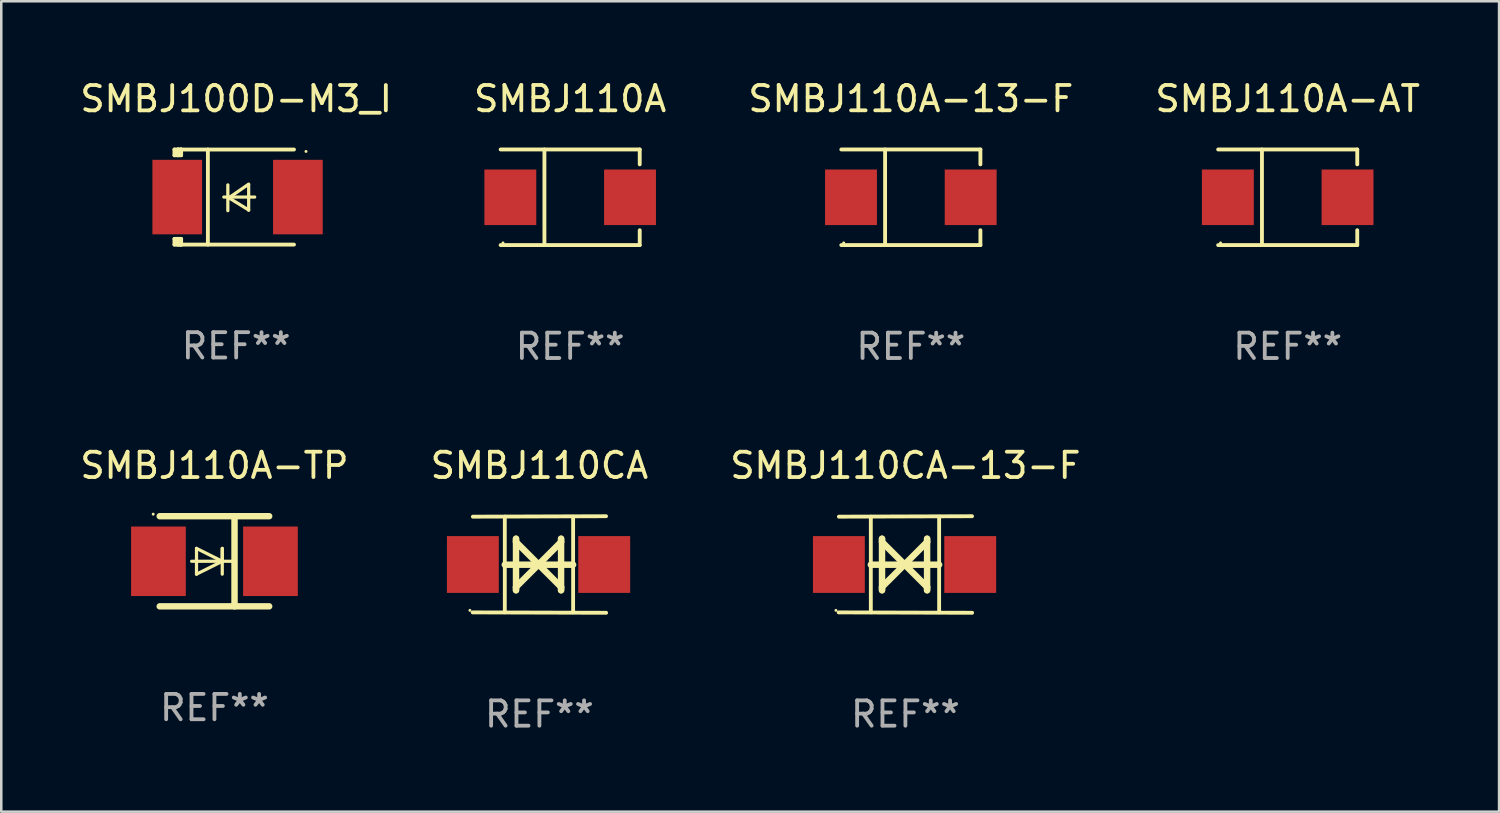
<source format=kicad_pcb>
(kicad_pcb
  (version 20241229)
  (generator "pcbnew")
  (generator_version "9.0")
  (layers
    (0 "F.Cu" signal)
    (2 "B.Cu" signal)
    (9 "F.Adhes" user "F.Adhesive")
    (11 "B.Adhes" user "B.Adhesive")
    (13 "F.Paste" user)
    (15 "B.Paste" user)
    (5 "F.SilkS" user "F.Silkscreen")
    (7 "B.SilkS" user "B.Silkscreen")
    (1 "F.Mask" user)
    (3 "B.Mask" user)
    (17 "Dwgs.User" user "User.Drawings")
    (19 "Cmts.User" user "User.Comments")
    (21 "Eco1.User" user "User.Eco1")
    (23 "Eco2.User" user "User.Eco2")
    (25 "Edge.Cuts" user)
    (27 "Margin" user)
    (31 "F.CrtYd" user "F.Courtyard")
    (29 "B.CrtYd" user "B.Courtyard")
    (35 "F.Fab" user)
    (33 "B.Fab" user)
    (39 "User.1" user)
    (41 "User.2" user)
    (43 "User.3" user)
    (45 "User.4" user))
  (footprint "SMBJ110A-TP"
    (layer "F.Cu")
    (at 5.411 19.095)
    (property "Reference" "SMBJ110A-TP" (at 0 -3.778 0) (layer "F.SilkS") (effects (font (size 1 1) (thickness 0.15))))
    (attr through_hole)
    (fp_line (start -2.159 -1.778) (end 2.159 -1.778) (stroke (width 0.254) (type solid)) (layer "F.SilkS"))
    (fp_line (start -0.9 0) (end 0.816 0) (stroke (width 0.127) (type solid)) (layer "F.SilkS"))
    (fp_line (start -0.708 -0.508) (end -0.708 0.508) (stroke (width 0.127) (type solid)) (layer "F.SilkS"))
    (fp_line (start -0.708 0.508) (end 0.308 0) (stroke (width 0.127) (type solid)) (layer "F.SilkS"))
    (fp_line (start 0.308 -0.508) (end 0.308 0.508) (stroke (width 0.127) (type solid)) (layer "F.SilkS"))
    (fp_line (start 0.308 0) (end -0.708 -0.508) (stroke (width 0.127) (type solid)) (layer "F.SilkS"))
    (fp_line (start 0.308 0) (end 0.308 -0.508) (stroke (width 0.127) (type solid)) (layer "F.SilkS"))
    (fp_line (start 0.792 -1.778) (end 0.792 1.778) (stroke (width 0.254) (type solid)) (layer "F.SilkS"))
    (fp_line (start 2.159 1.778) (end -2.159 1.778) (stroke (width 0.254) (type solid)) (layer "F.SilkS"))
    (fp_circle (center -2.417 -1.859) (end -2.387 -1.859) (stroke (width 0.06) (type solid)) (fill no) (layer "F.SilkS"))
    (fp_text user "REF**" (at 0 5.778 0) (layer "F.Fab") (effects (font (size 1 1) (thickness 0.15))))
    (pad "1" smd rect (at -2.21 0) (size 2.159 2.743) (layers "F.Cu" "F.Mask" "F.Paste"))
    (pad "2" smd rect (at 2.21 0) (size 2.159 2.743) (layers "F.Cu" "F.Mask" "F.Paste")))
  (footprint "SMBJ110A"
    (layer "F.Cu")
    (at 19.446 4.734)
    (property "Reference" "SMBJ110A" (at 0 -3.886 0) (layer "F.SilkS") (effects (font (size 1 1) (thickness 0.15))))
    (attr through_hole)
    (fp_line (start -2.744 -1.886) (end 2.744 -1.886) (stroke (width 0.152) (type solid)) (layer "F.SilkS"))
    (fp_line (start -2.744 1.886) (end 2.744 1.886) (stroke (width 0.152) (type solid)) (layer "F.SilkS"))
    (fp_line (start -1.016 -1.886) (end -1.016 1.886) (stroke (width 0.152) (type solid)) (layer "F.SilkS"))
    (fp_line (start 2.744 -1.886) (end 2.744 -1.299) (stroke (width 0.152) (type solid)) (layer "F.SilkS"))
    (fp_line (start 2.744 1.886) (end 2.744 1.299) (stroke (width 0.152) (type solid)) (layer "F.SilkS"))
    (fp_circle (center -2.65 1.8) (end -2.62 1.8) (stroke (width 0.06) (type solid)) (fill no) (layer "F.SilkS"))
    (fp_text user "REF**" (at 0 5.886 0) (layer "F.Fab") (effects (font (size 1 1) (thickness 0.15))))
    (pad "1" smd rect (at -2.361 0) (size 2.047 2.192) (layers "F.Cu" "F.Mask" "F.Paste"))
    (pad "2" smd rect (at 2.361 0) (size 2.047 2.192) (layers "F.Cu" "F.Mask" "F.Paste")))
  (footprint "SMBJ110A-AT"
    (layer "F.Cu")
    (at 47.756 4.734)
    (property "Reference" "SMBJ110A-AT" (at 0 -3.886 0) (layer "F.SilkS") (effects (font (size 1 1) (thickness 0.15))))
    (attr through_hole)
    (fp_line (start -2.744 -1.886) (end 2.744 -1.886) (stroke (width 0.152) (type solid)) (layer "F.SilkS"))
    (fp_line (start -2.744 1.886) (end 2.744 1.886) (stroke (width 0.152) (type solid)) (layer "F.SilkS"))
    (fp_line (start -1.016 -1.886) (end -1.016 1.886) (stroke (width 0.152) (type solid)) (layer "F.SilkS"))
    (fp_line (start 2.744 -1.886) (end 2.744 -1.299) (stroke (width 0.152) (type solid)) (layer "F.SilkS"))
    (fp_line (start 2.744 1.886) (end 2.744 1.299) (stroke (width 0.152) (type solid)) (layer "F.SilkS"))
    (fp_circle (center -2.65 1.8) (end -2.62 1.8) (stroke (width 0.06) (type solid)) (fill no) (layer "F.SilkS"))
    (fp_text user "REF**" (at 0 5.886 0) (layer "F.Fab") (effects (font (size 1 1) (thickness 0.15))))
    (pad "1" smd rect (at -2.361 0) (size 2.047 2.192) (layers "F.Cu" "F.Mask" "F.Paste"))
    (pad "2" smd rect (at 2.361 0) (size 2.047 2.192) (layers "F.Cu" "F.Mask" "F.Paste")))
  (footprint "SMBJ110A-13-F"
    (layer "F.Cu")
    (at 32.887 4.734)
    (property "Reference" "SMBJ110A-13-F" (at 0 -3.886 0) (layer "F.SilkS") (effects (font (size 1 1) (thickness 0.15))))
    (attr through_hole)
    (fp_line (start -2.744 -1.886) (end 2.744 -1.886) (stroke (width 0.152) (type solid)) (layer "F.SilkS"))
    (fp_line (start -2.744 1.886) (end 2.744 1.886) (stroke (width 0.152) (type solid)) (layer "F.SilkS"))
    (fp_line (start -1.016 -1.886) (end -1.016 1.886) (stroke (width 0.152) (type solid)) (layer "F.SilkS"))
    (fp_line (start 2.744 -1.886) (end 2.744 -1.299) (stroke (width 0.152) (type solid)) (layer "F.SilkS"))
    (fp_line (start 2.744 1.886) (end 2.744 1.299) (stroke (width 0.152) (type solid)) (layer "F.SilkS"))
    (fp_circle (center -2.65 1.8) (end -2.62 1.8) (stroke (width 0.06) (type solid)) (fill no) (layer "F.SilkS"))
    (fp_text user "REF**" (at 0 5.886 0) (layer "F.Fab") (effects (font (size 1 1) (thickness 0.15))))
    (pad "1" smd rect (at -2.361 0) (size 2.047 2.192) (layers "F.Cu" "F.Mask" "F.Paste"))
    (pad "2" smd rect (at 2.361 0) (size 2.047 2.192) (layers "F.Cu" "F.Mask" "F.Paste")))
  (footprint "SMBJ100D-M3_I"
    (layer "F.Cu")
    (at 6.268 4.725)
    (property "Reference" "SMBJ100D-M3_I" (at 0 -3.876 0) (layer "F.SilkS") (effects (font (size 1 1) (thickness 0.15))))
    (attr through_hole)
    (fp_line (start -2.435 1.65) (end -2.171 1.65) (stroke (width 0.152) (type solid)) (layer "F.SilkS"))
    (fp_line (start -2.435 1.876) (end -2.435 1.65) (stroke (width 0.152) (type solid)) (layer "F.SilkS"))
    (fp_line (start -2.435 -1.876) (end -2.171 -1.876) (stroke (width 0.152) (type solid)) (layer "F.SilkS"))
    (fp_line (start -2.435 -1.65) (end -2.435 -1.876) (stroke (width 0.152) (type solid)) (layer "F.SilkS"))
    (fp_line (start -2.305 -1.866) (end -2.295 -1.876) (stroke (width 0.152) (type solid)) (layer "F.SilkS"))
    (fp_line (start -2.305 -1.65) (end -2.305 -1.866) (stroke (width 0.152) (type solid)) (layer "F.SilkS"))
    (fp_line (start -2.305 1.876) (end -2.305 1.65) (stroke (width 0.152) (type solid)) (layer "F.SilkS"))
    (fp_line (start -2.295 -1.876) (end -2.295 -1.65) (stroke (width 0.152) (type solid)) (layer "F.SilkS"))
    (fp_line (start -2.171 1.876) (end -2.435 1.876) (stroke (width 0.152) (type solid)) (layer "F.SilkS"))
    (fp_line (start -2.171 -1.65) (end -2.435 -1.65) (stroke (width 0.152) (type solid)) (layer "F.SilkS"))
    (fp_line (start -2.171 -1.876) (end -2.295 -1.876) (stroke (width 0.152) (type solid)) (layer "F.SilkS"))
    (fp_line (start -2.171 -1.65) (end -2.171 -1.876) (stroke (width 0.152) (type solid)) (layer "F.SilkS"))
    (fp_line (start -2.171 1.876) (end -2.305 1.876) (stroke (width 0.152) (type solid)) (layer "F.SilkS"))
    (fp_line (start -2.171 1.876) (end -2.171 1.65) (stroke (width 0.152) (type solid)) (layer "F.SilkS"))
    (fp_line (start -1.116 1.876) (end -1.116 -1.876) (stroke (width 0.152) (type solid)) (layer "F.SilkS"))
    (fp_line (start -0.488 0.000102) (end 0.731 0.000102) (stroke (width 0.127) (type solid)) (layer "F.SilkS"))
    (fp_line (start -0.329 -0.48) (end -0.329 0.536) (stroke (width 0.127) (type solid)) (layer "F.SilkS"))
    (fp_line (start -0.29 0.03) (end 0.493 0.51) (stroke (width 0.127) (type solid)) (layer "F.SilkS"))
    (fp_line (start 0.493 -0.51) (end -0.29 0.03) (stroke (width 0.127) (type solid)) (layer "F.SilkS"))
    (fp_line (start 0.493 0.52) (end 0.493 -0.496) (stroke (width 0.127) (type solid)) (layer "F.SilkS"))
    (fp_line (start 2.281 -1.876) (end -2.171 -1.876) (stroke (width 0.152) (type solid)) (layer "F.SilkS"))
    (fp_line (start 2.281 1.876) (end -2.171 1.876) (stroke (width 0.152) (type solid)) (layer "F.SilkS"))
    (fp_circle (center 2.755 -1.8) (end 2.785 -1.8) (stroke (width 0.06) (type solid)) (fill no) (layer "F.SilkS"))
    (fp_text user "REF**" (at 0 5.876 0) (layer "F.Fab") (effects (font (size 1 1) (thickness 0.15))))
    (pad "1" smd rect (at 2.435 -0.000025 180) (size 1.96 2.94) (layers "F.Cu" "F.Mask" "F.Paste"))
    (pad "2" smd rect (at -2.325 -0.000025 180) (size 1.96 2.94) (layers "F.Cu" "F.Mask" "F.Paste")))
  (footprint "SMBJ110CA"
    (layer "F.Cu")
    (at 18.232 19.222)
    (property "Reference" "SMBJ110CA" (at 0 -3.905 0) (layer "F.SilkS") (effects (font (size 1 1) (thickness 0.15))))
    (attr through_hole)
    (fp_line (start -1.365 1.886) (end -1.365 -1.886) (stroke (width 0.152) (type solid)) (layer "F.SilkS"))
    (fp_line (start -1.365 0.008) (end 1.33 0.008) (stroke (width 0.254) (type solid)) (layer "F.SilkS"))
    (fp_line (start -0.923 -1.016) (end -0.923 1.016) (stroke (width 0.254) (type solid)) (layer "F.SilkS"))
    (fp_line (start -0.923 -0.889) (end -0.923 -1.016) (stroke (width 0.254) (type solid)) (layer "F.SilkS"))
    (fp_line (start -0.923 0.889) (end -0.034 0) (stroke (width 0.254) (type solid)) (layer "F.SilkS"))
    (fp_line (start -0.923 1.016) (end -0.923 0.889) (stroke (width 0.254) (type solid)) (layer "F.SilkS"))
    (fp_line (start -0.034 0) (end -0.923 -0.889) (stroke (width 0.254) (type solid)) (layer "F.SilkS"))
    (fp_line (start -0.034 0) (end 0.855 0.889) (stroke (width 0.254) (type solid)) (layer "F.SilkS"))
    (fp_line (start 0.855 -1.016) (end 0.855 -0.889) (stroke (width 0.254) (type solid)) (layer "F.SilkS"))
    (fp_line (start 0.855 -0.889) (end -0.034 0) (stroke (width 0.254) (type solid)) (layer "F.SilkS"))
    (fp_line (start 0.855 0.889) (end 0.855 1.016) (stroke (width 0.254) (type solid)) (layer "F.SilkS"))
    (fp_line (start 0.855 1.016) (end 0.855 -1.016) (stroke (width 0.254) (type solid)) (layer "F.SilkS"))
    (fp_line (start 1.33 1.886) (end 1.33 -1.886) (stroke (width 0.152) (type solid)) (layer "F.SilkS"))
    (fp_line (start 2.629 -1.905) (end -2.625 -1.887) (stroke (width 0.152) (type solid)) (layer "F.SilkS"))
    (fp_line (start 2.633 1.905) (end -2.633 1.89) (stroke (width 0.152) (type solid)) (layer "F.SilkS"))
    (fp_circle (center -2.741 1.81) (end -2.711 1.81) (stroke (width 0.06) (type solid)) (fill no) (layer "F.SilkS"))
    (fp_text user "REF**" (at 0 5.905 0) (layer "F.Fab") (effects (font (size 1 1) (thickness 0.15))))
    (pad "1" smd rect (at -2.625 0) (size 2.047 2.241) (layers "F.Cu" "F.Mask" "F.Paste"))
    (pad "2" smd rect (at 2.557 0) (size 2.047 2.241) (layers "F.Cu" "F.Mask" "F.Paste")))
  (footprint "SMBJ110CA-13-F"
    (layer "F.Cu")
    (at 32.673 19.222)
    (property "Reference" "SMBJ110CA-13-F" (at 0 -3.905 0) (layer "F.SilkS") (effects (font (size 1 1) (thickness 0.15))))
    (attr through_hole)
    (fp_line (start -1.365 1.886) (end -1.365 -1.886) (stroke (width 0.152) (type solid)) (layer "F.SilkS"))
    (fp_line (start -1.365 0.008) (end 1.33 0.008) (stroke (width 0.254) (type solid)) (layer "F.SilkS"))
    (fp_line (start -0.923 -1.016) (end -0.923 1.016) (stroke (width 0.254) (type solid)) (layer "F.SilkS"))
    (fp_line (start -0.923 -0.889) (end -0.923 -1.016) (stroke (width 0.254) (type solid)) (layer "F.SilkS"))
    (fp_line (start -0.923 0.889) (end -0.034 0) (stroke (width 0.254) (type solid)) (layer "F.SilkS"))
    (fp_line (start -0.923 1.016) (end -0.923 0.889) (stroke (width 0.254) (type solid)) (layer "F.SilkS"))
    (fp_line (start -0.034 0) (end -0.923 -0.889) (stroke (width 0.254) (type solid)) (layer "F.SilkS"))
    (fp_line (start -0.034 0) (end 0.855 0.889) (stroke (width 0.254) (type solid)) (layer "F.SilkS"))
    (fp_line (start 0.855 -1.016) (end 0.855 -0.889) (stroke (width 0.254) (type solid)) (layer "F.SilkS"))
    (fp_line (start 0.855 -0.889) (end -0.034 0) (stroke (width 0.254) (type solid)) (layer "F.SilkS"))
    (fp_line (start 0.855 0.889) (end 0.855 1.016) (stroke (width 0.254) (type solid)) (layer "F.SilkS"))
    (fp_line (start 0.855 1.016) (end 0.855 -1.016) (stroke (width 0.254) (type solid)) (layer "F.SilkS"))
    (fp_line (start 1.33 1.886) (end 1.33 -1.886) (stroke (width 0.152) (type solid)) (layer "F.SilkS"))
    (fp_line (start 2.629 -1.905) (end -2.625 -1.887) (stroke (width 0.152) (type solid)) (layer "F.SilkS"))
    (fp_line (start 2.633 1.905) (end -2.633 1.89) (stroke (width 0.152) (type solid)) (layer "F.SilkS"))
    (fp_circle (center -2.741 1.81) (end -2.711 1.81) (stroke (width 0.06) (type solid)) (fill no) (layer "F.SilkS"))
    (fp_text user "REF**" (at 0 5.905 0) (layer "F.Fab") (effects (font (size 1 1) (thickness 0.15))))
    (pad "1" smd rect (at -2.625 0) (size 2.047 2.241) (layers "F.Cu" "F.Mask" "F.Paste"))
    (pad "2" smd rect (at 2.557 0) (size 2.047 2.241) (layers "F.Cu" "F.Mask" "F.Paste")))
  (gr_rect
    (start -3 -3)
    (end 56.095 28.975)
    (stroke (width 0.1) (type default))
    (fill no)
    (layer "Edge.Cuts")))
</source>
